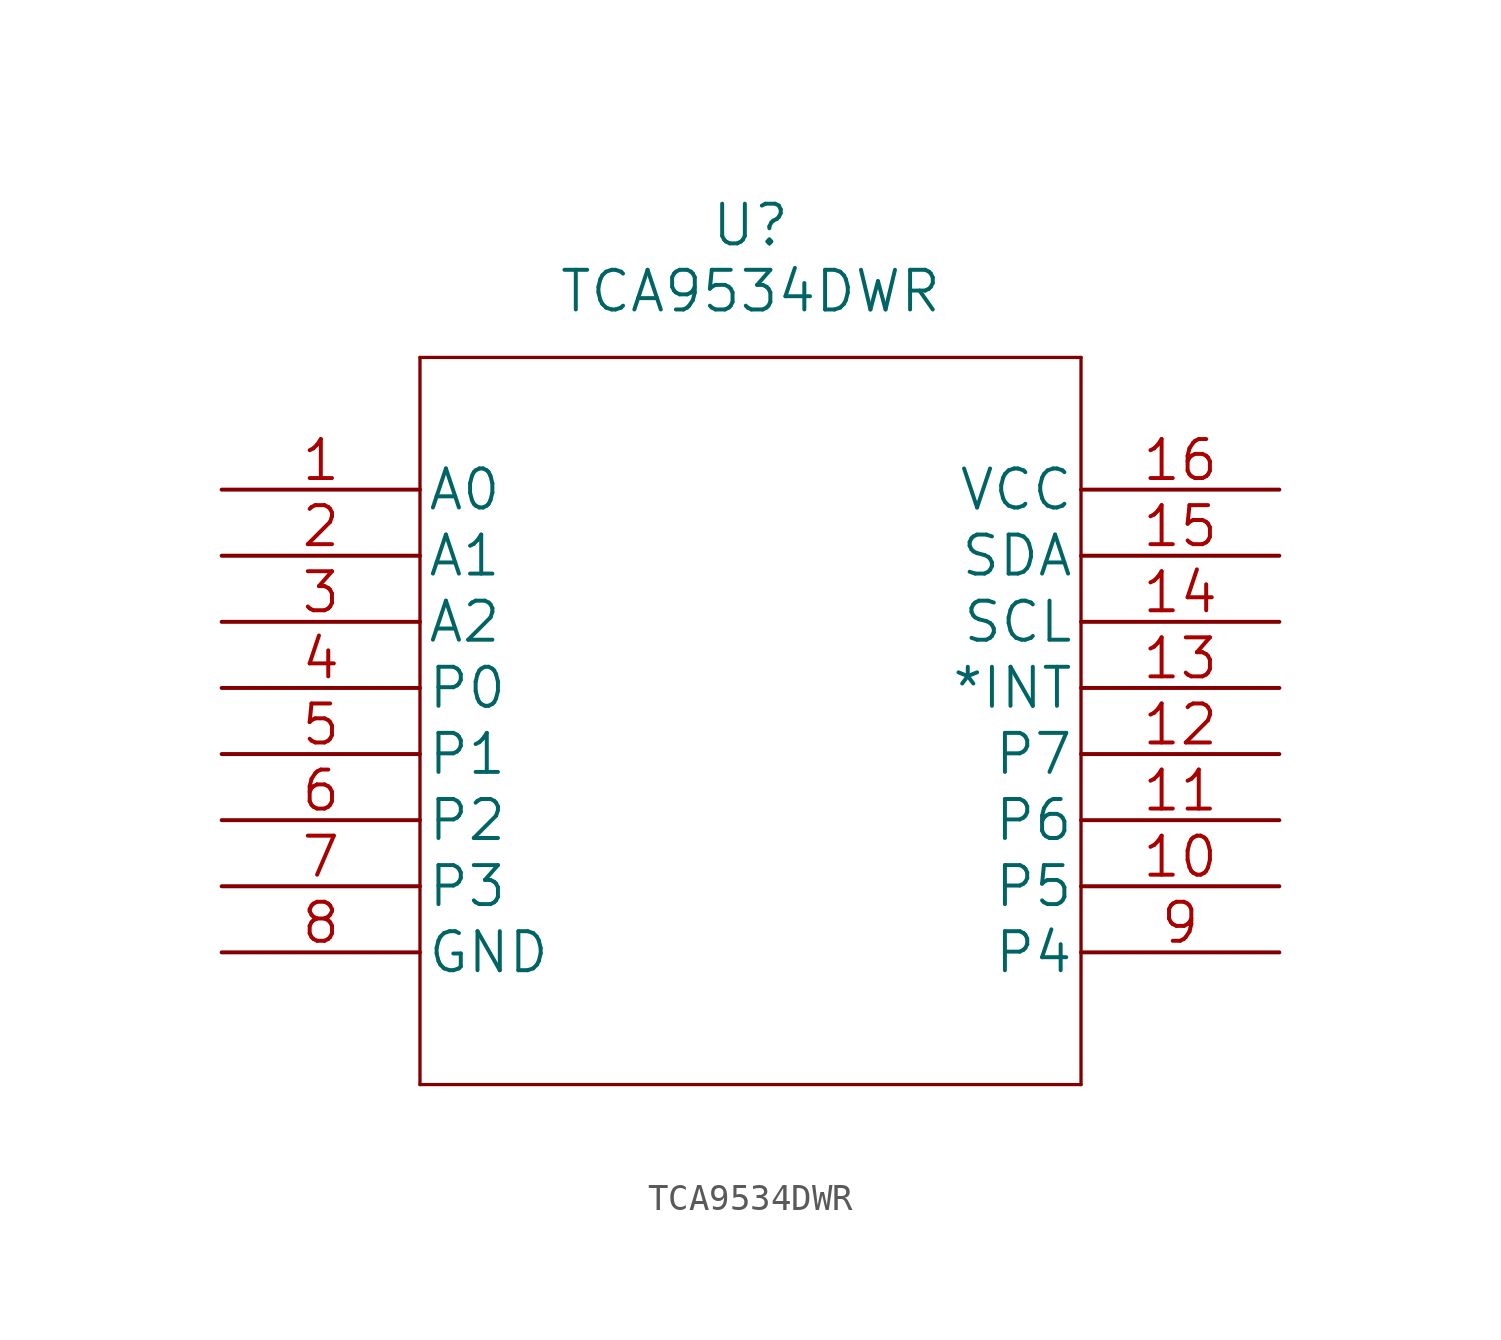
<source format=kicad_sym>
(kicad_symbol_lib
  (version 20211014)
  (generator kicad_symbol_editor)
  (symbol "TCA9534DWR"
    (pin_names
      (offset 0.254))
    (property "Reference" "U"
      (at 20.32 10.16 0)
      (effects (font (size 1.524 1.524))))
    (property "Value" "TCA9534DWR"
      (at 20.32 7.62 0)
      (effects (font (size 1.524 1.524))))
    (property "Datasheet" ""
      (at 0 0 0)
      (effects (font (size 1.524 1.524))))
    (property "ki_locked" ""
      (at 0 0 0)
      (effects (font (size 1.27 1.27))))
    (symbol "TCA9534DWR_1_1"
      (polyline (pts (xy 7.62 -22.86) (xy 33.02 -22.86)) (stroke (width 0.127) (type default) (color 0 0 0 0)) (fill (type none)))
      (polyline (pts (xy 7.62 5.08) (xy 7.62 -22.86)) (stroke (width 0.127) (type default) (color 0 0 0 0)) (fill (type none)))
      (polyline (pts (xy 33.02 -22.86) (xy 33.02 5.08)) (stroke (width 0.127) (type default) (color 0 0 0 0)) (fill (type none)))
      (polyline (pts (xy 33.02 5.08) (xy 7.62 5.08)) (stroke (width 0.127) (type default) (color 0 0 0 0)) (fill (type none)))
      (pin input line (at 0 0 0) (length 7.62) (name "A0" (effects (font (size 1.499 1.499)))) (number "1" (effects (font (size 1.499 1.499)))))
      (pin bidirectional line (at 40.64 -15.24 180) (length 7.62) (name "P5" (effects (font (size 1.499 1.499)))) (number "10" (effects (font (size 1.499 1.499)))))
      (pin bidirectional line (at 40.64 -12.7 180) (length 7.62) (name "P6" (effects (font (size 1.499 1.499)))) (number "11" (effects (font (size 1.499 1.499)))))
      (pin bidirectional line (at 40.64 -10.16 180) (length 7.62) (name "P7" (effects (font (size 1.499 1.499)))) (number "12" (effects (font (size 1.499 1.499)))))
      (pin output line (at 40.64 -7.62 180) (length 7.62) (name "*INT" (effects (font (size 1.499 1.499)))) (number "13" (effects (font (size 1.499 1.499)))))
      (pin input line (at 40.64 -5.08 180) (length 7.62) (name "SCL" (effects (font (size 1.499 1.499)))) (number "14" (effects (font (size 1.499 1.499)))))
      (pin bidirectional line (at 40.64 -2.54 180) (length 7.62) (name "SDA" (effects (font (size 1.499 1.499)))) (number "15" (effects (font (size 1.499 1.499)))))
      (pin power_in line (at 40.64 0 180) (length 7.62) (name "VCC" (effects (font (size 1.499 1.499)))) (number "16" (effects (font (size 1.499 1.499)))))
      (pin input line (at 0 -2.54 0) (length 7.62) (name "A1" (effects (font (size 1.499 1.499)))) (number "2" (effects (font (size 1.499 1.499)))))
      (pin input line (at 0 -5.08 0) (length 7.62) (name "A2" (effects (font (size 1.499 1.499)))) (number "3" (effects (font (size 1.499 1.499)))))
      (pin bidirectional line (at 0 -7.62 0) (length 7.62) (name "P0" (effects (font (size 1.499 1.499)))) (number "4" (effects (font (size 1.499 1.499)))))
      (pin bidirectional line (at 0 -10.16 0) (length 7.62) (name "P1" (effects (font (size 1.499 1.499)))) (number "5" (effects (font (size 1.499 1.499)))))
      (pin bidirectional line (at 0 -12.7 0) (length 7.62) (name "P2" (effects (font (size 1.499 1.499)))) (number "6" (effects (font (size 1.499 1.499)))))
      (pin bidirectional line (at 0 -15.24 0) (length 7.62) (name "P3" (effects (font (size 1.499 1.499)))) (number "7" (effects (font (size 1.499 1.499)))))
      (pin power_in line (at 0 -17.78 0) (length 7.62) (name "GND" (effects (font (size 1.499 1.499)))) (number "8" (effects (font (size 1.499 1.499)))))
      (pin bidirectional line (at 40.64 -17.78 180) (length 7.62) (name "P4" (effects (font (size 1.499 1.499)))) (number "9" (effects (font (size 1.499 1.499))))))))
</source>
